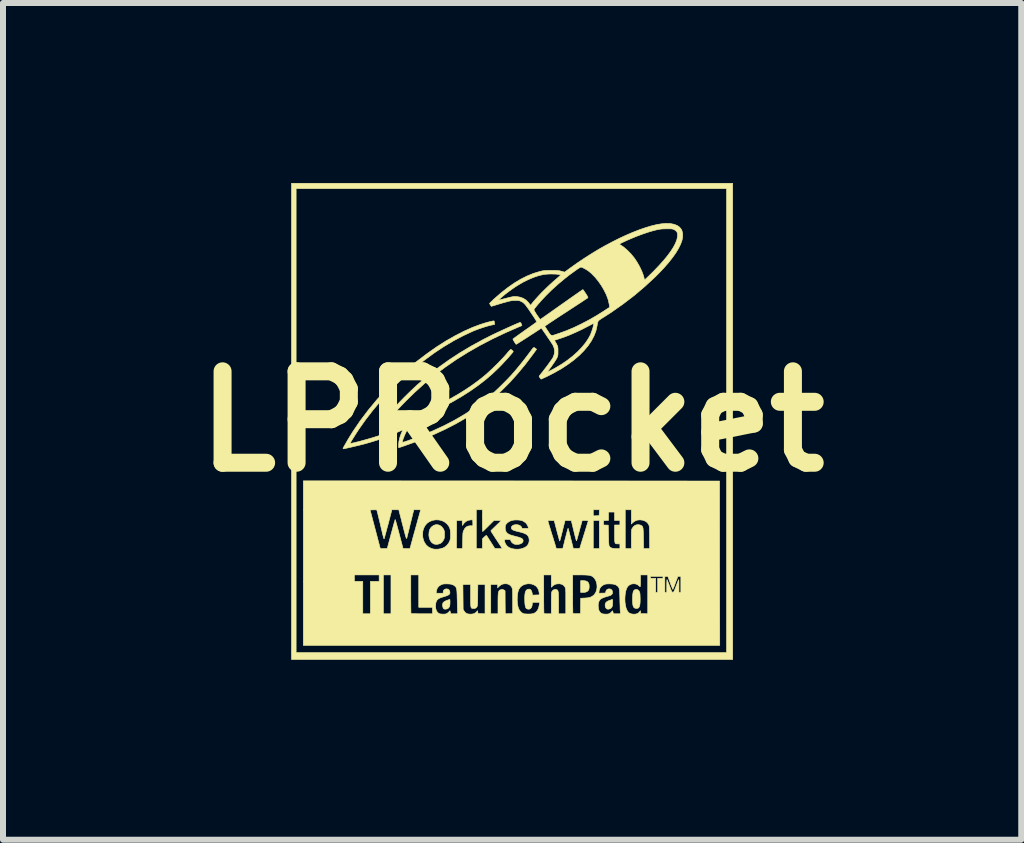
<source format=kicad_pcb>
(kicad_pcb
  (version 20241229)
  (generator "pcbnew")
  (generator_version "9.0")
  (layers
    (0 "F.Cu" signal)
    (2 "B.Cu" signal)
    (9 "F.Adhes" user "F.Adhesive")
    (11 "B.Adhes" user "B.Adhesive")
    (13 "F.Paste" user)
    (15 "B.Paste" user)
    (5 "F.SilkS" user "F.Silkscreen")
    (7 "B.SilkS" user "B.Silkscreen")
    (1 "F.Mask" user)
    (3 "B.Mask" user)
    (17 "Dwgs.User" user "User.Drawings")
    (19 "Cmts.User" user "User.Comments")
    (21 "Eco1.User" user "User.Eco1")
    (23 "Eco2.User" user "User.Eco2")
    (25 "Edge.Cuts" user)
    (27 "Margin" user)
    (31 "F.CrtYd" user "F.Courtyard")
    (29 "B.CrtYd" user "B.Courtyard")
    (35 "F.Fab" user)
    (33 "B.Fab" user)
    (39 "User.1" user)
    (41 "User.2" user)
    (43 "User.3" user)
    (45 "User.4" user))
  (footprint "LPRocket"
    (layer "F.Cu")
    (at 5.486 3.974)
    (property "Reference" "LPRocket" (at 0 0 0) (layer "F.SilkS") (effects (font (size 1.524 1.524) (thickness 0.3))))
    (attr through_hole)
    (fp_poly (pts (xy 3.677 3.969) (xy -3.677 3.969) (xy -3.677 -3.88) (xy -3.6 -3.88) (xy -3.6 3.854) (xy 3.575 3.854) (xy 3.575 -3.88) (xy -3.6 -3.88) (xy -3.677 -3.88) (xy -3.677 -3.969) (xy 3.677 -3.969) (xy 3.677 3.969)) (stroke (width 0.01) (type solid)) (fill yes) (layer "F.SilkS"))
    (fp_poly (pts (xy 1.221 2.658) (xy 1.25 2.668) (xy 1.27 2.687) (xy 1.282 2.715) (xy 1.285 2.752) (xy 1.285 2.753) (xy 1.282 2.79) (xy 1.27 2.818) (xy 1.249 2.837) (xy 1.219 2.848) (xy 1.182 2.851) (xy 1.143 2.851) (xy 1.143 2.654) (xy 1.181 2.654) (xy 1.221 2.658)) (stroke (width 0.01) (type solid)) (fill yes) (layer "F.SilkS"))
    (fp_poly (pts (xy -1.037 2.971) (xy -1.036 2.982) (xy -1.035 3.002) (xy -1.035 3.016) (xy -1.036 3.046) (xy -1.04 3.073) (xy -1.044 3.089) (xy -1.059 3.11) (xy -1.08 3.124) (xy -1.105 3.13) (xy -1.13 3.128) (xy -1.138 3.124) (xy -1.148 3.112) (xy -1.155 3.092) (xy -1.159 3.069) (xy -1.159 3.046) (xy -1.159 3.045) (xy -1.15 3.023) (xy -1.132 3.005) (xy -1.104 2.99) (xy -1.092 2.985) (xy -1.071 2.978) (xy -1.053 2.972) (xy -1.046 2.969) (xy -1.041 2.968) (xy -1.037 2.971)) (stroke (width 0.01) (type solid)) (fill yes) (layer "F.SilkS"))
    (fp_poly (pts (xy 1.674 2.971) (xy 1.676 2.982) (xy 1.676 3.002) (xy 1.676 3.016) (xy 1.675 3.046) (xy 1.672 3.073) (xy 1.667 3.089) (xy 1.654 3.109) (xy 1.633 3.123) (xy 1.61 3.13) (xy 1.587 3.129) (xy 1.569 3.118) (xy 1.569 3.118) (xy 1.557 3.099) (xy 1.551 3.074) (xy 1.552 3.047) (xy 1.552 3.043) (xy 1.563 3.021) (xy 1.583 3.002) (xy 1.615 2.987) (xy 1.62 2.985) (xy 1.641 2.978) (xy 1.658 2.972) (xy 1.665 2.969) (xy 1.671 2.968) (xy 1.674 2.971)) (stroke (width 0.01) (type solid)) (fill yes) (layer "F.SilkS"))
    (fp_poly (pts (xy 2.091 2.805) (xy 2.111 2.82) (xy 2.125 2.844) (xy 2.128 2.853) (xy 2.131 2.87) (xy 2.133 2.895) (xy 2.134 2.927) (xy 2.135 2.961) (xy 2.135 2.965) (xy 2.134 3.016) (xy 2.13 3.055) (xy 2.123 3.083) (xy 2.113 3.102) (xy 2.102 3.112) (xy 2.08 3.118) (xy 2.057 3.116) (xy 2.037 3.108) (xy 2.032 3.104) (xy 2.021 3.086) (xy 2.013 3.06) (xy 2.009 3.023) (xy 2.007 2.976) (xy 2.008 2.94) (xy 2.01 2.895) (xy 2.014 2.862) (xy 2.02 2.838) (xy 2.028 2.821) (xy 2.039 2.81) (xy 2.044 2.807) (xy 2.068 2.801) (xy 2.091 2.805)) (stroke (width 0.01) (type solid)) (fill yes) (layer "F.SilkS"))
    (fp_poly (pts (xy -1.236 1.723) (xy -1.203 1.734) (xy -1.173 1.756) (xy -1.148 1.788) (xy -1.146 1.791) (xy -1.137 1.809) (xy -1.131 1.824) (xy -1.128 1.841) (xy -1.127 1.864) (xy -1.127 1.886) (xy -1.128 1.916) (xy -1.129 1.937) (xy -1.133 1.954) (xy -1.14 1.97) (xy -1.145 1.98) (xy -1.168 2.013) (xy -1.198 2.036) (xy -1.234 2.047) (xy -1.25 2.049) (xy -1.277 2.049) (xy -1.3 2.044) (xy -1.305 2.043) (xy -1.338 2.021) (xy -1.363 1.989) (xy -1.379 1.95) (xy -1.387 1.902) (xy -1.387 1.889) (xy -1.384 1.844) (xy -1.375 1.807) (xy -1.358 1.777) (xy -1.337 1.754) (xy -1.305 1.732) (xy -1.271 1.722) (xy -1.236 1.723)) (stroke (width 0.01) (type solid)) (fill yes) (layer "F.SilkS"))
    (fp_poly (pts (xy -0.014 -1.196) (xy -0.001 -1.187) (xy 0.011 -1.176) (xy 0.018 -1.167) (xy 0.019 -1.165) (xy 0.015 -1.157) (xy 0.003 -1.142) (xy -0.015 -1.12) (xy -0.038 -1.093) (xy -0.065 -1.062) (xy -0.095 -1.029) (xy -0.127 -0.995) (xy -0.158 -0.961) (xy -0.189 -0.929) (xy -0.217 -0.9) (xy -0.219 -0.898) (xy -0.328 -0.794) (xy -0.443 -0.695) (xy -0.565 -0.601) (xy -0.695 -0.509) (xy -0.834 -0.42) (xy -0.983 -0.333) (xy -1.099 -0.27) (xy -1.144 -0.246) (xy -1.186 -0.224) (xy -1.223 -0.205) (xy -1.254 -0.19) (xy -1.278 -0.179) (xy -1.293 -0.173) (xy -1.297 -0.171) (xy -1.301 -0.177) (xy -1.308 -0.19) (xy -1.311 -0.197) (xy -1.318 -0.213) (xy -1.32 -0.223) (xy -1.32 -0.224) (xy -1.314 -0.228) (xy -1.298 -0.236) (xy -1.274 -0.249) (xy -1.244 -0.264) (xy -1.209 -0.282) (xy -1.187 -0.293) (xy -1.043 -0.37) (xy -0.91 -0.446) (xy -0.785 -0.523) (xy -0.668 -0.602) (xy -0.556 -0.684) (xy -0.468 -0.754) (xy -0.43 -0.786) (xy -0.386 -0.826) (xy -0.339 -0.87) (xy -0.289 -0.918) (xy -0.239 -0.967) (xy -0.192 -1.016) (xy -0.148 -1.062) (xy -0.111 -1.103) (xy -0.086 -1.132) (xy -0.065 -1.157) (xy -0.047 -1.177) (xy -0.032 -1.192) (xy -0.024 -1.199) (xy -0.023 -1.2) (xy -0.014 -1.196)) (stroke (width 0.01) (type solid)) (fill yes) (layer "F.SilkS"))
    (fp_poly (pts (xy 0.146 -1.641) (xy 0.154 -1.625) (xy 0.16 -1.609) (xy 0.163 -1.599) (xy 0.163 -1.597) (xy 0.157 -1.594) (xy 0.143 -1.588) (xy 0.127 -1.582) (xy -0.106 -1.48) (xy -0.328 -1.375) (xy -0.539 -1.265) (xy -0.74 -1.15) (xy -0.932 -1.03) (xy -1.116 -0.903) (xy -1.293 -0.77) (xy -1.463 -0.629) (xy -1.627 -0.481) (xy -1.778 -0.333) (xy -1.814 -0.296) (xy -1.85 -0.258) (xy -1.885 -0.221) (xy -1.917 -0.187) (xy -1.943 -0.158) (xy -1.955 -0.144) (xy -1.977 -0.12) (xy -1.996 -0.1) (xy -2.01 -0.085) (xy -2.018 -0.077) (xy -2.019 -0.076) (xy -2.025 -0.08) (xy -2.038 -0.09) (xy -2.044 -0.095) (xy -2.066 -0.113) (xy -1.991 -0.198) (xy -1.95 -0.242) (xy -1.902 -0.293) (xy -1.85 -0.347) (xy -1.794 -0.404) (xy -1.737 -0.46) (xy -1.682 -0.514) (xy -1.63 -0.563) (xy -1.583 -0.607) (xy -1.562 -0.625) (xy -1.395 -0.767) (xy -1.224 -0.901) (xy -1.049 -1.026) (xy -0.867 -1.145) (xy -0.677 -1.258) (xy -0.477 -1.367) (xy -0.362 -1.425) (xy -0.322 -1.445) (xy -0.278 -1.466) (xy -0.229 -1.489) (xy -0.179 -1.512) (xy -0.127 -1.536) (xy -0.077 -1.559) (xy -0.028 -1.581) (xy 0.016 -1.601) (xy 0.056 -1.618) (xy 0.088 -1.632) (xy 0.113 -1.642) (xy 0.127 -1.648) (xy 0.129 -1.648) (xy 0.139 -1.648) (xy 0.146 -1.641)) (stroke (width 0.01) (type solid)) (fill yes) (layer "F.SilkS"))
    (fp_poly (pts (xy -0.301 -1.674) (xy -0.298 -1.666) (xy -0.295 -1.65) (xy -0.294 -1.643) (xy -0.291 -1.616) (xy -0.346 -1.605) (xy -0.383 -1.596) (xy -0.429 -1.583) (xy -0.481 -1.567) (xy -0.534 -1.549) (xy -0.587 -1.53) (xy -0.636 -1.511) (xy -0.657 -1.502) (xy -0.816 -1.428) (xy -0.976 -1.343) (xy -1.136 -1.248) (xy -1.296 -1.142) (xy -1.454 -1.026) (xy -1.61 -0.903) (xy -1.763 -0.772) (xy -1.911 -0.634) (xy -2.054 -0.49) (xy -2.19 -0.341) (xy -2.32 -0.187) (xy -2.441 -0.03) (xy -2.554 0.13) (xy -2.568 0.152) (xy -2.605 0.208) (xy -2.635 0.256) (xy -2.66 0.296) (xy -2.679 0.327) (xy -2.692 0.35) (xy -2.697 0.363) (xy -2.697 0.366) (xy -2.689 0.366) (xy -2.67 0.363) (xy -2.642 0.358) (xy -2.607 0.349) (xy -2.565 0.339) (xy -2.519 0.327) (xy -2.469 0.313) (xy -2.418 0.299) (xy -2.366 0.284) (xy -2.316 0.269) (xy -2.268 0.254) (xy -2.225 0.24) (xy -2.187 0.228) (xy -2.181 0.225) (xy -2.086 0.189) (xy -1.994 0.151) (xy -1.909 0.112) (xy -1.832 0.074) (xy -1.78 0.045) (xy -1.748 0.026) (xy -1.728 0.047) (xy -1.707 0.068) (xy -1.727 0.102) (xy -1.747 0.137) (xy -1.766 0.176) (xy -1.785 0.215) (xy -1.801 0.254) (xy -1.815 0.289) (xy -1.824 0.319) (xy -1.829 0.34) (xy -1.829 0.345) (xy -1.826 0.347) (xy -1.816 0.346) (xy -1.798 0.342) (xy -1.771 0.333) (xy -1.734 0.321) (xy -1.724 0.317) (xy -1.517 0.24) (xy -1.321 0.158) (xy -1.135 0.072) (xy -0.96 -0.019) (xy -0.794 -0.116) (xy -0.636 -0.219) (xy -0.487 -0.328) (xy -0.381 -0.413) (xy -0.341 -0.447) (xy -0.295 -0.489) (xy -0.245 -0.536) (xy -0.193 -0.586) (xy -0.141 -0.638) (xy -0.091 -0.688) (xy -0.044 -0.737) (xy -0.004 -0.78) (xy 0.008 -0.794) (xy 0.051 -0.843) (xy 0.099 -0.901) (xy 0.149 -0.962) (xy 0.199 -1.025) (xy 0.246 -1.086) (xy 0.289 -1.143) (xy 0.302 -1.16) (xy 0.324 -1.19) (xy 0.34 -1.211) (xy 0.352 -1.224) (xy 0.361 -1.23) (xy 0.37 -1.23) (xy 0.38 -1.224) (xy 0.392 -1.214) (xy 0.393 -1.214) (xy 0.408 -1.202) (xy 0.349 -1.121) (xy 0.223 -0.954) (xy 0.094 -0.798) (xy -0.037 -0.652) (xy -0.173 -0.516) (xy -0.313 -0.389) (xy -0.459 -0.27) (xy -0.611 -0.16) (xy -0.771 -0.056) (xy -0.94 0.041) (xy -1.117 0.132) (xy -1.305 0.219) (xy -1.504 0.3) (xy -1.568 0.325) (xy -1.6 0.337) (xy -1.637 0.351) (xy -1.677 0.365) (xy -1.719 0.38) (xy -1.759 0.394) (xy -1.797 0.408) (xy -1.831 0.419) (xy -1.859 0.429) (xy -1.879 0.435) (xy -1.889 0.438) (xy -1.89 0.438) (xy -1.891 0.432) (xy -1.892 0.417) (xy -1.892 0.395) (xy -1.892 0.392) (xy -1.887 0.336) (xy -1.873 0.274) (xy -1.851 0.209) (xy -1.845 0.196) (xy -1.835 0.172) (xy -1.827 0.154) (xy -1.823 0.144) (xy -1.822 0.142) (xy -1.828 0.144) (xy -1.843 0.15) (xy -1.864 0.16) (xy -1.891 0.173) (xy -1.897 0.175) (xy -1.995 0.219) (xy -2.104 0.262) (xy -2.22 0.303) (xy -2.341 0.341) (xy -2.455 0.374) (xy -2.483 0.381) (xy -2.518 0.39) (xy -2.558 0.4) (xy -2.601 0.41) (xy -2.644 0.42) (xy -2.686 0.43) (xy -2.726 0.439) (xy -2.76 0.447) (xy -2.788 0.453) (xy -2.807 0.456) (xy -2.814 0.457) (xy -2.818 0.453) (xy -2.817 0.447) (xy -2.811 0.435) (xy -2.799 0.413) (xy -2.783 0.385) (xy -2.764 0.352) (xy -2.743 0.315) (xy -2.72 0.277) (xy -2.697 0.239) (xy -2.675 0.204) (xy -2.656 0.173) (xy -2.653 0.169) (xy -2.531 -0.011) (xy -2.397 -0.188) (xy -2.253 -0.362) (xy -2.1 -0.53) (xy -1.938 -0.692) (xy -1.77 -0.847) (xy -1.596 -0.994) (xy -1.417 -1.13) (xy -1.25 -1.247) (xy -1.097 -1.344) (xy -0.947 -1.429) (xy -0.802 -1.503) (xy -0.661 -1.566) (xy -0.525 -1.617) (xy -0.489 -1.628) (xy -0.452 -1.64) (xy -0.414 -1.651) (xy -0.379 -1.66) (xy -0.347 -1.667) (xy -0.323 -1.673) (xy -0.306 -1.675) (xy -0.301 -1.674)) (stroke (width 0.01) (type solid)) (fill yes) (layer "F.SilkS"))
    (fp_poly (pts (xy 2.625 -3.299) (xy 2.642 -3.297) (xy 2.701 -3.285) (xy 2.75 -3.266) (xy 2.789 -3.24) (xy 2.818 -3.206) (xy 2.832 -3.177) (xy 2.843 -3.129) (xy 2.843 -3.076) (xy 2.832 -3.017) (xy 2.809 -2.954) (xy 2.775 -2.885) (xy 2.731 -2.811) (xy 2.675 -2.732) (xy 2.609 -2.648) (xy 2.532 -2.56) (xy 2.444 -2.467) (xy 2.383 -2.406) (xy 2.213 -2.249) (xy 2.034 -2.097) (xy 1.844 -1.952) (xy 1.647 -1.814) (xy 1.541 -1.746) (xy 1.504 -1.723) (xy 1.476 -1.705) (xy 1.456 -1.691) (xy 1.442 -1.679) (xy 1.433 -1.666) (xy 1.427 -1.651) (xy 1.423 -1.633) (xy 1.419 -1.609) (xy 1.416 -1.591) (xy 1.397 -1.507) (xy 1.365 -1.424) (xy 1.321 -1.341) (xy 1.266 -1.26) (xy 1.199 -1.18) (xy 1.121 -1.101) (xy 1.032 -1.025) (xy 0.932 -0.951) (xy 0.823 -0.879) (xy 0.703 -0.811) (xy 0.586 -0.751) (xy 0.554 -0.736) (xy 0.525 -0.723) (xy 0.503 -0.713) (xy 0.489 -0.706) (xy 0.484 -0.705) (xy 0.478 -0.71) (xy 0.468 -0.722) (xy 0.465 -0.726) (xy 0.456 -0.74) (xy 0.451 -0.75) (xy 0.451 -0.752) (xy 0.455 -0.759) (xy 0.465 -0.772) (xy 0.479 -0.79) (xy 0.497 -0.812) (xy 0.509 -0.826) (xy 0.588 -0.826) (xy 0.59 -0.825) (xy 0.601 -0.829) (xy 0.62 -0.838) (xy 0.646 -0.85) (xy 0.677 -0.867) (xy 0.712 -0.885) (xy 0.727 -0.894) (xy 0.829 -0.955) (xy 0.925 -1.021) (xy 1.013 -1.09) (xy 1.093 -1.162) (xy 1.163 -1.235) (xy 1.224 -1.309) (xy 1.273 -1.383) (xy 1.305 -1.442) (xy 1.317 -1.473) (xy 1.329 -1.505) (xy 1.34 -1.538) (xy 1.349 -1.569) (xy 1.355 -1.596) (xy 1.359 -1.617) (xy 1.358 -1.629) (xy 1.356 -1.632) (xy 1.349 -1.629) (xy 1.333 -1.621) (xy 1.311 -1.61) (xy 1.283 -1.595) (xy 1.269 -1.588) (xy 1.161 -1.532) (xy 1.054 -1.482) (xy 0.95 -1.437) (xy 0.851 -1.399) (xy 0.77 -1.372) (xy 0.704 -1.351) (xy 0.718 -1.331) (xy 0.728 -1.314) (xy 0.74 -1.292) (xy 0.748 -1.276) (xy 0.756 -1.26) (xy 0.761 -1.245) (xy 0.763 -1.228) (xy 0.765 -1.205) (xy 0.765 -1.174) (xy 0.765 -1.168) (xy 0.765 -1.136) (xy 0.764 -1.113) (xy 0.761 -1.095) (xy 0.757 -1.079) (xy 0.749 -1.062) (xy 0.745 -1.053) (xy 0.735 -1.035) (xy 0.719 -1.01) (xy 0.698 -0.978) (xy 0.674 -0.943) (xy 0.649 -0.907) (xy 0.623 -0.872) (xy 0.599 -0.839) (xy 0.588 -0.826) (xy 0.509 -0.826) (xy 0.52 -0.841) (xy 0.545 -0.874) (xy 0.572 -0.909) (xy 0.599 -0.945) (xy 0.624 -0.98) (xy 0.647 -1.012) (xy 0.666 -1.039) (xy 0.679 -1.06) (xy 0.686 -1.072) (xy 0.703 -1.122) (xy 0.708 -1.172) (xy 0.701 -1.221) (xy 0.682 -1.268) (xy 0.681 -1.27) (xy 0.673 -1.284) (xy 0.658 -1.307) (xy 0.639 -1.336) (xy 0.616 -1.37) (xy 0.591 -1.406) (xy 0.576 -1.429) (xy 0.488 -1.556) (xy 0.471 -1.544) (xy 0.457 -1.534) (xy 0.434 -1.519) (xy 0.406 -1.501) (xy 0.372 -1.478) (xy 0.334 -1.454) (xy 0.295 -1.429) (xy 0.254 -1.402) (xy 0.215 -1.377) (xy 0.177 -1.353) (xy 0.142 -1.331) (xy 0.113 -1.312) (xy 0.09 -1.297) (xy 0.074 -1.288) (xy 0.067 -1.284) (xy 0.067 -1.284) (xy 0.056 -1.299) (xy 0.043 -1.318) (xy 0.031 -1.338) (xy 0.021 -1.356) (xy 0.015 -1.368) (xy 0.014 -1.372) (xy 0.019 -1.376) (xy 0.034 -1.388) (xy 0.057 -1.405) (xy 0.087 -1.426) (xy 0.122 -1.452) (xy 0.162 -1.48) (xy 0.205 -1.511) (xy 0.206 -1.512) (xy 0.25 -1.542) (xy 0.291 -1.571) (xy 0.327 -1.597) (xy 0.358 -1.619) (xy 0.383 -1.637) (xy 0.399 -1.649) (xy 0.406 -1.654) (xy 0.408 -1.658) (xy 0.407 -1.665) (xy 0.402 -1.676) (xy 0.394 -1.691) (xy 0.38 -1.713) (xy 0.361 -1.743) (xy 0.335 -1.781) (xy 0.324 -1.798) (xy 0.291 -1.847) (xy 0.281 -1.862) (xy 0.364 -1.862) (xy 0.366 -1.854) (xy 0.374 -1.839) (xy 0.386 -1.818) (xy 0.401 -1.793) (xy 0.418 -1.768) (xy 0.435 -1.744) (xy 0.45 -1.723) (xy 0.462 -1.708) (xy 0.47 -1.7) (xy 0.472 -1.7) (xy 0.478 -1.704) (xy 0.493 -1.715) (xy 0.517 -1.732) (xy 0.549 -1.754) (xy 0.588 -1.782) (xy 0.633 -1.813) (xy 0.683 -1.849) (xy 0.737 -1.887) (xy 0.795 -1.928) (xy 0.826 -1.95) (xy 0.886 -1.992) (xy 0.942 -2.032) (xy 0.994 -2.068) (xy 1.042 -2.102) (xy 1.084 -2.131) (xy 1.119 -2.156) (xy 1.147 -2.175) (xy 1.167 -2.189) (xy 1.178 -2.196) (xy 1.18 -2.197) (xy 1.185 -2.192) (xy 1.195 -2.178) (xy 1.209 -2.158) (xy 1.226 -2.133) (xy 1.227 -2.132) (xy 1.245 -2.103) (xy 1.257 -2.083) (xy 1.263 -2.07) (xy 1.263 -2.062) (xy 1.262 -2.06) (xy 1.255 -2.055) (xy 1.239 -2.044) (xy 1.214 -2.028) (xy 1.181 -2.006) (xy 1.141 -1.979) (xy 1.094 -1.949) (xy 1.043 -1.915) (xy 0.987 -1.879) (xy 0.928 -1.84) (xy 0.9 -1.822) (xy 0.84 -1.783) (xy 0.783 -1.746) (xy 0.73 -1.711) (xy 0.682 -1.679) (xy 0.639 -1.651) (xy 0.604 -1.627) (xy 0.576 -1.608) (xy 0.557 -1.595) (xy 0.547 -1.588) (xy 0.546 -1.586) (xy 0.549 -1.579) (xy 0.559 -1.564) (xy 0.573 -1.542) (xy 0.59 -1.515) (xy 0.598 -1.504) (xy 0.615 -1.478) (xy 0.628 -1.459) (xy 0.639 -1.445) (xy 0.651 -1.437) (xy 0.664 -1.434) (xy 0.682 -1.435) (xy 0.705 -1.441) (xy 0.736 -1.452) (xy 0.777 -1.465) (xy 0.791 -1.47) (xy 0.909 -1.513) (xy 1.032 -1.565) (xy 1.16 -1.627) (xy 1.29 -1.695) (xy 1.421 -1.771) (xy 1.54 -1.846) (xy 1.568 -1.865) (xy 1.593 -1.881) (xy 1.612 -1.893) (xy 1.623 -1.901) (xy 1.625 -1.902) (xy 1.625 -1.91) (xy 1.623 -1.927) (xy 1.619 -1.95) (xy 1.613 -1.978) (xy 1.607 -2.006) (xy 1.6 -2.032) (xy 1.596 -2.045) (xy 1.568 -2.118) (xy 1.53 -2.193) (xy 1.486 -2.268) (xy 1.436 -2.339) (xy 1.382 -2.405) (xy 1.326 -2.462) (xy 1.28 -2.501) (xy 1.257 -2.518) (xy 1.23 -2.534) (xy 1.203 -2.549) (xy 1.177 -2.562) (xy 1.157 -2.57) (xy 1.147 -2.572) (xy 1.137 -2.568) (xy 1.119 -2.557) (xy 1.093 -2.541) (xy 1.062 -2.519) (xy 1.026 -2.493) (xy 0.986 -2.464) (xy 0.945 -2.434) (xy 0.904 -2.401) (xy 0.888 -2.389) (xy 0.77 -2.291) (xy 0.658 -2.19) (xy 0.565 -2.098) (xy 0.534 -2.065) (xy 0.502 -2.031) (xy 0.47 -1.995) (xy 0.44 -1.961) (xy 0.413 -1.929) (xy 0.391 -1.902) (xy 0.374 -1.88) (xy 0.365 -1.865) (xy 0.364 -1.862) (xy 0.281 -1.862) (xy 0.264 -1.886) (xy 0.241 -1.917) (xy 0.223 -1.942) (xy 0.206 -1.96) (xy 0.191 -1.974) (xy 0.177 -1.985) (xy 0.162 -1.994) (xy 0.152 -1.999) (xy 0.134 -2.007) (xy 0.118 -2.012) (xy 0.1 -2.015) (xy 0.075 -2.016) (xy 0.054 -2.016) (xy 0.028 -2.015) (xy 0.005 -2.014) (xy -0.017 -2.01) (xy -0.044 -2.005) (xy -0.076 -1.997) (xy -0.114 -1.986) (xy -0.155 -1.975) (xy -0.196 -1.963) (xy -0.235 -1.951) (xy -0.268 -1.941) (xy -0.28 -1.937) (xy -0.306 -1.929) (xy -0.327 -1.923) (xy -0.341 -1.919) (xy -0.345 -1.918) (xy -0.35 -1.923) (xy -0.358 -1.935) (xy -0.367 -1.949) (xy -0.373 -1.961) (xy -0.375 -1.966) (xy -0.37 -1.972) (xy -0.358 -1.985) (xy -0.339 -2.004) (xy -0.318 -2.023) (xy -0.224 -2.023) (xy -0.222 -2.021) (xy -0.216 -2.022) (xy -0.205 -2.025) (xy -0.184 -2.031) (xy -0.155 -2.038) (xy -0.121 -2.047) (xy -0.089 -2.055) (xy -0.048 -2.066) (xy -0.016 -2.073) (xy 0.008 -2.078) (xy 0.028 -2.081) (xy 0.047 -2.082) (xy 0.066 -2.081) (xy 0.073 -2.081) (xy 0.133 -2.071) (xy 0.187 -2.051) (xy 0.235 -2.02) (xy 0.276 -1.977) (xy 0.282 -1.969) (xy 0.308 -1.935) (xy 0.327 -1.959) (xy 0.338 -1.974) (xy 0.356 -1.995) (xy 0.377 -2.02) (xy 0.4 -2.046) (xy 0.401 -2.047) (xy 0.437 -2.087) (xy 0.48 -2.133) (xy 0.529 -2.182) (xy 0.581 -2.233) (xy 0.634 -2.283) (xy 0.685 -2.329) (xy 0.729 -2.367) (xy 0.756 -2.39) (xy 0.778 -2.41) (xy 0.796 -2.427) (xy 0.806 -2.437) (xy 0.808 -2.441) (xy 0.791 -2.447) (xy 0.765 -2.451) (xy 0.73 -2.455) (xy 0.691 -2.456) (xy 0.648 -2.457) (xy 0.605 -2.456) (xy 0.565 -2.453) (xy 0.529 -2.449) (xy 0.523 -2.448) (xy 0.445 -2.43) (xy 0.361 -2.402) (xy 0.273 -2.365) (xy 0.184 -2.321) (xy 0.095 -2.269) (xy 0.051 -2.241) (xy -0.002 -2.204) (xy -0.057 -2.164) (xy -0.11 -2.124) (xy -0.157 -2.085) (xy -0.197 -2.05) (xy -0.203 -2.045) (xy -0.218 -2.031) (xy -0.224 -2.023) (xy -0.318 -2.023) (xy -0.315 -2.026) (xy -0.292 -2.048) (xy -0.18 -2.145) (xy -0.07 -2.231) (xy 0.037 -2.306) (xy 0.142 -2.369) (xy 0.247 -2.422) (xy 0.351 -2.465) (xy 0.456 -2.497) (xy 0.476 -2.502) (xy 0.501 -2.508) (xy 0.524 -2.512) (xy 0.548 -2.515) (xy 0.577 -2.516) (xy 0.613 -2.517) (xy 0.651 -2.517) (xy 0.694 -2.517) (xy 0.728 -2.517) (xy 0.754 -2.515) (xy 0.776 -2.513) (xy 0.797 -2.509) (xy 0.819 -2.504) (xy 0.821 -2.503) (xy 0.876 -2.488) (xy 0.973 -2.559) (xy 1.088 -2.641) (xy 1.204 -2.719) (xy 1.322 -2.794) (xy 1.44 -2.866) (xy 1.558 -2.933) (xy 1.597 -2.953) (xy 1.791 -2.953) (xy 1.794 -2.95) (xy 1.858 -2.907) (xy 1.921 -2.853) (xy 1.981 -2.792) (xy 2.036 -2.725) (xy 2.046 -2.711) (xy 2.079 -2.661) (xy 2.111 -2.607) (xy 2.14 -2.551) (xy 2.165 -2.496) (xy 2.184 -2.445) (xy 2.198 -2.4) (xy 2.2 -2.386) (xy 2.205 -2.371) (xy 2.21 -2.363) (xy 2.212 -2.362) (xy 2.218 -2.367) (xy 2.232 -2.379) (xy 2.252 -2.398) (xy 2.278 -2.423) (xy 2.308 -2.453) (xy 2.342 -2.486) (xy 2.359 -2.503) (xy 2.448 -2.596) (xy 2.526 -2.682) (xy 2.592 -2.763) (xy 2.647 -2.838) (xy 2.691 -2.907) (xy 2.724 -2.971) (xy 2.746 -3.028) (xy 2.757 -3.081) (xy 2.758 -3.104) (xy 2.756 -3.135) (xy 2.746 -3.159) (xy 2.728 -3.179) (xy 2.705 -3.194) (xy 2.693 -3.2) (xy 2.682 -3.204) (xy 2.67 -3.207) (xy 2.652 -3.209) (xy 2.629 -3.21) (xy 2.595 -3.21) (xy 2.578 -3.21) (xy 2.536 -3.209) (xy 2.503 -3.208) (xy 2.475 -3.205) (xy 2.447 -3.201) (xy 2.416 -3.194) (xy 2.404 -3.192) (xy 2.296 -3.163) (xy 2.182 -3.125) (xy 2.059 -3.079) (xy 1.929 -3.024) (xy 1.883 -3.003) (xy 1.847 -2.986) (xy 1.82 -2.973) (xy 1.803 -2.964) (xy 1.794 -2.957) (xy 1.791 -2.953) (xy 1.597 -2.953) (xy 1.676 -2.995) (xy 1.791 -3.053) (xy 1.904 -3.105) (xy 2.014 -3.152) (xy 2.119 -3.193) (xy 2.22 -3.228) (xy 2.315 -3.257) (xy 2.404 -3.279) (xy 2.486 -3.293) (xy 2.56 -3.3) (xy 2.625 -3.299)) (stroke (width 0.01) (type solid)) (fill yes) (layer "F.SilkS"))
    (fp_poly (pts (xy -0.011 0.992) (xy 3.458 0.994) (xy 3.459 2.364) (xy 3.461 3.734) (xy -3.48 3.734) (xy -3.48 2.559) (xy -2.629 2.559) (xy -2.629 2.667) (xy -2.489 2.667) (xy -2.489 3.207) (xy -2.362 3.207) (xy -2.362 2.667) (xy -2.216 2.667) (xy -2.216 2.559) (xy -2.146 2.559) (xy -2.146 3.207) (xy -2.019 3.207) (xy -2.019 2.559) (xy -1.689 2.559) (xy -1.689 2.879) (xy -1.689 2.941) (xy -1.689 3) (xy -1.688 3.053) (xy -1.688 3.101) (xy -1.687 3.14) (xy -1.687 3.171) (xy -1.686 3.192) (xy -1.685 3.202) (xy -1.685 3.203) (xy -1.678 3.204) (xy -1.659 3.205) (xy -1.632 3.205) (xy -1.596 3.206) (xy -1.555 3.207) (xy -1.509 3.207) (xy -1.504 3.207) (xy -1.327 3.207) (xy -1.327 3.099) (xy -1.556 3.099) (xy -1.556 3.071) (xy -1.276 3.071) (xy -1.273 3.119) (xy -1.261 3.157) (xy -1.242 3.185) (xy -1.218 3.203) (xy -1.198 3.209) (xy -1.17 3.212) (xy -1.14 3.213) (xy -1.112 3.211) (xy -1.095 3.206) (xy -1.08 3.198) (xy -1.062 3.184) (xy -1.056 3.178) (xy -1.036 3.156) (xy -1.022 3.207) (xy -0.961 3.207) (xy -0.933 3.207) (xy -0.916 3.206) (xy -0.907 3.204) (xy -0.904 3.2) (xy -0.906 3.196) (xy -0.907 3.187) (xy -0.909 3.167) (xy -0.91 3.137) (xy -0.912 3.1) (xy -0.913 3.057) (xy -0.914 3.01) (xy -0.914 2.994) (xy -0.916 2.935) (xy -0.917 2.888) (xy -0.919 2.85) (xy -0.921 2.82) (xy -0.924 2.798) (xy -0.928 2.781) (xy -0.934 2.768) (xy -0.941 2.757) (xy -0.951 2.748) (xy -0.958 2.742) (xy -0.979 2.727) (xy -1.002 2.718) (xy -0.82 2.718) (xy -0.818 2.926) (xy -0.816 3.134) (xy -0.8 3.161) (xy -0.781 3.186) (xy -0.757 3.203) (xy -0.726 3.211) (xy -0.697 3.213) (xy -0.671 3.212) (xy -0.648 3.208) (xy -0.633 3.204) (xy -0.615 3.194) (xy -0.597 3.179) (xy -0.594 3.175) (xy -0.575 3.155) (xy -0.572 3.179) (xy -0.568 3.204) (xy -0.51 3.205) (xy -0.451 3.207) (xy -0.451 2.718) (xy -0.356 2.718) (xy -0.356 3.207) (xy -0.235 3.207) (xy -0.235 3.035) (xy -0.235 2.979) (xy -0.234 2.933) (xy -0.233 2.898) (xy -0.231 2.871) (xy -0.228 2.85) (xy -0.223 2.836) (xy -0.218 2.825) (xy -0.21 2.817) (xy -0.202 2.811) (xy -0.18 2.802) (xy -0.155 2.802) (xy -0.133 2.812) (xy -0.132 2.812) (xy -0.117 2.825) (xy -0.116 3.016) (xy -0.114 3.207) (xy -0.052 3.205) (xy 0.01 3.204) (xy 0.01 3) (xy 0.01 2.978) (xy 0.085 2.978) (xy 0.089 3.035) (xy 0.098 3.087) (xy 0.106 3.114) (xy 0.12 3.143) (xy 0.141 3.17) (xy 0.166 3.192) (xy 0.191 3.205) (xy 0.207 3.208) (xy 0.233 3.21) (xy 0.265 3.211) (xy 0.279 3.211) (xy 0.312 3.21) (xy 0.336 3.207) (xy 0.354 3.203) (xy 0.37 3.197) (xy 0.373 3.195) (xy 0.403 3.174) (xy 0.426 3.145) (xy 0.443 3.106) (xy 0.453 3.057) (xy 0.455 3.05) (xy 0.459 3.016) (xy 0.337 3.016) (xy 0.337 3.037) (xy 0.333 3.072) (xy 0.323 3.1) (xy 0.307 3.12) (xy 0.287 3.13) (xy 0.279 3.131) (xy 0.258 3.128) (xy 0.241 3.121) (xy 0.229 3.107) (xy 0.221 3.085) (xy 0.215 3.054) (xy 0.212 3.013) (xy 0.211 2.987) (xy 0.21 2.932) (xy 0.213 2.888) (xy 0.218 2.855) (xy 0.227 2.829) (xy 0.239 2.812) (xy 0.256 2.801) (xy 0.265 2.798) (xy 0.289 2.796) (xy 0.309 2.805) (xy 0.324 2.825) (xy 0.333 2.856) (xy 0.335 2.864) (xy 0.338 2.896) (xy 0.396 2.894) (xy 0.454 2.892) (xy 0.452 2.861) (xy 0.443 2.815) (xy 0.425 2.776) (xy 0.397 2.745) (xy 0.361 2.723) (xy 0.318 2.709) (xy 0.269 2.706) (xy 0.26 2.707) (xy 0.212 2.716) (xy 0.17 2.735) (xy 0.137 2.763) (xy 0.113 2.799) (xy 0.105 2.818) (xy 0.093 2.865) (xy 0.087 2.92) (xy 0.085 2.978) (xy 0.01 2.978) (xy 0.009 2.944) (xy 0.009 2.899) (xy 0.009 2.863) (xy 0.008 2.836) (xy 0.007 2.815) (xy 0.006 2.8) (xy 0.004 2.789) (xy 0.001 2.779) (xy -0.003 2.771) (xy -0.004 2.768) (xy -0.023 2.74) (xy -0.05 2.72) (xy -0.083 2.708) (xy -0.118 2.706) (xy -0.154 2.711) (xy -0.187 2.726) (xy -0.214 2.747) (xy -0.241 2.775) (xy -0.241 2.718) (xy -0.356 2.718) (xy -0.451 2.718) (xy -0.571 2.718) (xy -0.573 2.894) (xy -0.573 2.947) (xy -0.574 2.989) (xy -0.575 3.021) (xy -0.576 3.046) (xy -0.578 3.063) (xy -0.58 3.076) (xy -0.583 3.085) (xy -0.586 3.09) (xy -0.6 3.108) (xy -0.619 3.117) (xy -0.647 3.119) (xy -0.648 3.119) (xy -0.66 3.118) (xy -0.669 3.116) (xy -0.677 3.111) (xy -0.682 3.103) (xy -0.687 3.089) (xy -0.689 3.069) (xy -0.691 3.041) (xy -0.692 3.004) (xy -0.692 2.956) (xy -0.692 2.904) (xy -0.692 2.718) (xy -0.82 2.718) (xy -1.002 2.718) (xy -1.004 2.717) (xy -1.035 2.711) (xy -1.074 2.709) (xy -1.089 2.708) (xy -1.12 2.709) (xy -1.142 2.71) (xy -1.159 2.714) (xy -1.176 2.72) (xy -1.189 2.726) (xy -1.222 2.749) (xy -1.246 2.778) (xy -1.259 2.816) (xy -1.262 2.831) (xy -1.265 2.864) (xy -1.149 2.864) (xy -1.149 2.843) (xy -1.144 2.819) (xy -1.128 2.802) (xy -1.105 2.793) (xy -1.091 2.792) (xy -1.065 2.797) (xy -1.048 2.812) (xy -1.038 2.837) (xy -1.037 2.843) (xy -1.037 2.862) (xy -1.042 2.877) (xy -1.055 2.89) (xy -1.076 2.901) (xy -1.108 2.913) (xy -1.133 2.921) (xy -1.164 2.93) (xy -1.193 2.94) (xy -1.215 2.95) (xy -1.226 2.956) (xy -1.252 2.98) (xy -1.268 3.013) (xy -1.276 3.055) (xy -1.276 3.071) (xy -1.556 3.071) (xy -1.556 2.559) (xy 0.527 2.559) (xy 0.527 2.879) (xy 0.527 2.941) (xy 0.527 3) (xy 0.528 3.053) (xy 0.528 3.101) (xy 0.529 3.14) (xy 0.53 3.171) (xy 0.53 3.192) (xy 0.531 3.202) (xy 0.531 3.203) (xy 0.539 3.204) (xy 0.557 3.206) (xy 0.581 3.207) (xy 0.595 3.207) (xy 0.654 3.207) (xy 0.654 3.031) (xy 0.654 2.978) (xy 0.655 2.935) (xy 0.655 2.902) (xy 0.656 2.877) (xy 0.658 2.859) (xy 0.66 2.846) (xy 0.663 2.837) (xy 0.664 2.836) (xy 0.68 2.815) (xy 0.702 2.803) (xy 0.728 2.8) (xy 0.749 2.807) (xy 0.756 2.812) (xy 0.762 2.82) (xy 0.766 2.832) (xy 0.77 2.849) (xy 0.772 2.873) (xy 0.773 2.905) (xy 0.774 2.947) (xy 0.775 2.999) (xy 0.775 3.03) (xy 0.775 3.207) (xy 0.895 3.207) (xy 0.895 2.999) (xy 0.895 2.942) (xy 0.895 2.896) (xy 0.895 2.86) (xy 0.894 2.832) (xy 0.893 2.812) (xy 0.892 2.796) (xy 0.89 2.784) (xy 0.887 2.775) (xy 0.884 2.767) (xy 0.882 2.764) (xy 0.862 2.736) (xy 0.833 2.717) (xy 0.796 2.707) (xy 0.792 2.707) (xy 0.748 2.708) (xy 0.709 2.72) (xy 0.679 2.741) (xy 0.654 2.764) (xy 0.654 2.559) (xy 1.01 2.559) (xy 1.01 2.879) (xy 1.01 2.941) (xy 1.01 3) (xy 1.01 3.053) (xy 1.011 3.101) (xy 1.012 3.14) (xy 1.012 3.171) (xy 1.013 3.192) (xy 1.014 3.202) (xy 1.014 3.203) (xy 1.022 3.204) (xy 1.04 3.205) (xy 1.064 3.206) (xy 1.079 3.205) (xy 1.14 3.204) (xy 1.142 3.076) (xy 1.142 3.071) (xy 1.435 3.071) (xy 1.439 3.119) (xy 1.45 3.157) (xy 1.469 3.185) (xy 1.494 3.203) (xy 1.514 3.209) (xy 1.542 3.212) (xy 1.572 3.213) (xy 1.599 3.211) (xy 1.617 3.206) (xy 1.632 3.198) (xy 1.649 3.184) (xy 1.654 3.178) (xy 1.675 3.157) (xy 1.682 3.182) (xy 1.69 3.207) (xy 1.75 3.207) (xy 1.778 3.207) (xy 1.796 3.206) (xy 1.805 3.204) (xy 1.807 3.2) (xy 1.806 3.196) (xy 1.805 3.187) (xy 1.803 3.167) (xy 1.801 3.137) (xy 1.8 3.1) (xy 1.799 3.057) (xy 1.797 3.01) (xy 1.797 2.994) (xy 1.796 2.954) (xy 1.88 2.954) (xy 1.882 3.011) (xy 1.889 3.064) (xy 1.9 3.111) (xy 1.916 3.15) (xy 1.936 3.179) (xy 1.954 3.195) (xy 1.985 3.208) (xy 2.022 3.214) (xy 2.059 3.212) (xy 2.091 3.203) (xy 2.095 3.201) (xy 2.107 3.192) (xy 2.121 3.178) (xy 2.123 3.175) (xy 2.139 3.156) (xy 2.141 3.18) (xy 2.143 3.204) (xy 2.202 3.205) (xy 2.261 3.207) (xy 2.261 2.584) (xy 2.305 2.584) (xy 2.305 2.6) (xy 2.306 2.609) (xy 2.31 2.613) (xy 2.319 2.616) (xy 2.338 2.616) (xy 2.349 2.616) (xy 2.394 2.616) (xy 2.394 2.851) (xy 2.426 2.851) (xy 2.426 2.616) (xy 2.47 2.616) (xy 2.493 2.616) (xy 2.507 2.615) (xy 2.513 2.611) (xy 2.515 2.605) (xy 2.515 2.6) (xy 2.515 2.584) (xy 2.546 2.584) (xy 2.546 2.851) (xy 2.578 2.851) (xy 2.578 2.742) (xy 2.578 2.707) (xy 2.579 2.677) (xy 2.58 2.654) (xy 2.581 2.64) (xy 2.582 2.637) (xy 2.585 2.643) (xy 2.592 2.66) (xy 2.602 2.685) (xy 2.614 2.715) (xy 2.625 2.744) (xy 2.639 2.782) (xy 2.65 2.809) (xy 2.658 2.828) (xy 2.665 2.839) (xy 2.67 2.845) (xy 2.676 2.848) (xy 2.68 2.848) (xy 2.686 2.847) (xy 2.691 2.844) (xy 2.697 2.835) (xy 2.704 2.821) (xy 2.713 2.8) (xy 2.725 2.768) (xy 2.734 2.745) (xy 2.747 2.711) (xy 2.758 2.681) (xy 2.768 2.658) (xy 2.774 2.643) (xy 2.777 2.638) (xy 2.778 2.642) (xy 2.78 2.657) (xy 2.781 2.681) (xy 2.781 2.712) (xy 2.781 2.742) (xy 2.781 2.851) (xy 2.813 2.851) (xy 2.813 2.584) (xy 2.763 2.584) (xy 2.745 2.634) (xy 2.733 2.663) (xy 2.72 2.698) (xy 2.708 2.733) (xy 2.704 2.742) (xy 2.695 2.766) (xy 2.687 2.786) (xy 2.681 2.798) (xy 2.68 2.8) (xy 2.676 2.795) (xy 2.67 2.779) (xy 2.66 2.755) (xy 2.648 2.725) (xy 2.636 2.692) (xy 2.596 2.584) (xy 2.546 2.584) (xy 2.515 2.584) (xy 2.305 2.584) (xy 2.261 2.584) (xy 2.261 2.559) (xy 2.14 2.559) (xy 2.14 2.657) (xy 2.14 2.691) (xy 2.139 2.72) (xy 2.137 2.742) (xy 2.136 2.754) (xy 2.135 2.756) (xy 2.127 2.752) (xy 2.117 2.742) (xy 2.09 2.721) (xy 2.058 2.709) (xy 2.022 2.706) (xy 1.987 2.712) (xy 1.955 2.728) (xy 1.936 2.743) (xy 1.919 2.765) (xy 1.906 2.791) (xy 1.896 2.825) (xy 1.888 2.867) (xy 1.884 2.894) (xy 1.88 2.954) (xy 1.796 2.954) (xy 1.796 2.935) (xy 1.794 2.888) (xy 1.793 2.85) (xy 1.79 2.82) (xy 1.787 2.798) (xy 1.783 2.781) (xy 1.777 2.768) (xy 1.77 2.757) (xy 1.761 2.748) (xy 1.754 2.742) (xy 1.732 2.727) (xy 1.707 2.717) (xy 1.677 2.711) (xy 1.637 2.709) (xy 1.622 2.708) (xy 1.592 2.709) (xy 1.57 2.71) (xy 1.552 2.714) (xy 1.536 2.72) (xy 1.522 2.726) (xy 1.489 2.749) (xy 1.466 2.778) (xy 1.452 2.816) (xy 1.45 2.832) (xy 1.446 2.864) (xy 1.559 2.861) (xy 1.561 2.841) (xy 1.569 2.817) (xy 1.586 2.8) (xy 1.611 2.792) (xy 1.62 2.792) (xy 1.646 2.797) (xy 1.664 2.812) (xy 1.673 2.837) (xy 1.674 2.843) (xy 1.673 2.867) (xy 1.662 2.885) (xy 1.641 2.9) (xy 1.609 2.911) (xy 1.563 2.924) (xy 1.527 2.936) (xy 1.5 2.948) (xy 1.48 2.959) (xy 1.466 2.972) (xy 1.454 2.988) (xy 1.449 2.999) (xy 1.44 3.024) (xy 1.436 3.053) (xy 1.435 3.071) (xy 1.142 3.071) (xy 1.143 2.948) (xy 1.211 2.945) (xy 1.26 2.941) (xy 1.299 2.933) (xy 1.33 2.919) (xy 1.357 2.9) (xy 1.371 2.886) (xy 1.394 2.852) (xy 1.409 2.811) (xy 1.416 2.767) (xy 1.414 2.721) (xy 1.405 2.677) (xy 1.387 2.637) (xy 1.363 2.605) (xy 1.359 2.601) (xy 1.343 2.588) (xy 1.326 2.578) (xy 1.306 2.57) (xy 1.281 2.565) (xy 1.25 2.562) (xy 1.21 2.56) (xy 1.16 2.559) (xy 1.139 2.559) (xy 1.01 2.559) (xy 0.654 2.559) (xy 0.527 2.559) (xy -1.556 2.559) (xy -1.689 2.559) (xy -2.019 2.559) (xy -2.146 2.559) (xy -2.216 2.559) (xy -2.629 2.559) (xy -3.48 2.559) (xy -3.48 1.476) (xy -2.367 1.476) (xy -2.289 1.772) (xy -2.273 1.832) (xy -2.258 1.889) (xy -2.244 1.942) (xy -2.232 1.989) (xy -2.221 2.029) (xy -2.213 2.061) (xy -2.207 2.083) (xy -2.204 2.094) (xy -2.196 2.121) (xy -2.139 2.12) (xy -2.081 2.118) (xy -2.017 1.878) (xy -2.002 1.825) (xy -1.989 1.776) (xy -1.977 1.732) (xy -1.967 1.695) (xy -1.958 1.666) (xy -1.952 1.646) (xy -1.949 1.636) (xy -1.949 1.636) (xy -1.947 1.641) (xy -1.941 1.657) (xy -1.934 1.683) (xy -1.924 1.717) (xy -1.913 1.759) (xy -1.9 1.806) (xy -1.886 1.858) (xy -1.882 1.875) (xy -1.818 2.118) (xy -1.76 2.12) (xy -1.735 2.12) (xy -1.715 2.12) (xy -1.703 2.119) (xy -1.702 2.118) (xy -1.7 2.112) (xy -1.696 2.095) (xy -1.688 2.068) (xy -1.679 2.033) (xy -1.667 1.992) (xy -1.655 1.945) (xy -1.641 1.895) (xy -1.636 1.877) (xy -1.492 1.877) (xy -1.489 1.93) (xy -1.476 1.982) (xy -1.459 2.021) (xy -1.43 2.062) (xy -1.393 2.094) (xy -1.347 2.117) (xy -1.314 2.127) (xy -1.279 2.131) (xy -1.238 2.13) (xy -1.197 2.124) (xy -1.184 2.121) (xy -0.927 2.121) (xy -0.827 2.121) (xy -0.824 1.986) (xy -0.823 1.94) (xy -0.822 1.905) (xy -0.821 1.879) (xy -0.819 1.86) (xy -0.816 1.845) (xy -0.813 1.832) (xy -0.808 1.821) (xy -0.807 1.819) (xy -0.788 1.784) (xy -0.764 1.76) (xy -0.736 1.746) (xy -0.699 1.74) (xy -0.689 1.74) (xy -0.654 1.74) (xy -0.655 1.691) (xy -0.657 1.641) (xy -0.691 1.642) (xy -0.732 1.65) (xy -0.77 1.668) (xy -0.802 1.698) (xy -0.806 1.704) (xy -0.829 1.734) (xy -0.831 1.692) (xy -0.832 1.65) (xy -0.924 1.654) (xy -0.926 1.888) (xy -0.927 2.121) (xy -1.184 2.121) (xy -1.16 2.115) (xy -1.158 2.114) (xy -1.119 2.093) (xy -1.083 2.062) (xy -1.055 2.025) (xy -1.041 1.997) (xy -1.034 1.978) (xy -1.03 1.959) (xy -1.027 1.937) (xy -1.026 1.909) (xy -1.026 1.886) (xy -1.028 1.838) (xy -1.033 1.799) (xy -1.044 1.766) (xy -1.061 1.738) (xy -1.085 1.709) (xy -1.089 1.705) (xy -1.129 1.674) (xy -1.175 1.653) (xy -1.225 1.642) (xy -1.277 1.641) (xy -1.33 1.651) (xy -1.38 1.672) (xy -1.418 1.699) (xy -1.449 1.735) (xy -1.472 1.778) (xy -1.487 1.826) (xy -1.492 1.877) (xy -1.636 1.877) (xy -1.626 1.842) (xy -1.611 1.788) (xy -1.596 1.734) (xy -1.582 1.683) (xy -1.569 1.634) (xy -1.556 1.59) (xy -1.546 1.552) (xy -1.537 1.521) (xy -1.531 1.499) (xy -1.528 1.487) (xy -1.527 1.486) (xy -1.526 1.48) (xy -1.529 1.476) (xy -1.537 1.474) (xy -1.554 1.473) (xy -1.58 1.473) (xy -0.597 1.473) (xy -0.597 2.121) (xy -0.495 2.121) (xy -0.495 1.958) (xy -0.464 1.927) (xy -0.447 1.913) (xy -0.434 1.903) (xy -0.427 1.901) (xy -0.427 1.901) (xy -0.422 1.908) (xy -0.412 1.923) (xy -0.397 1.946) (xy -0.379 1.975) (xy -0.358 2.007) (xy -0.355 2.012) (xy -0.288 2.118) (xy -0.227 2.12) (xy -0.2 2.12) (xy -0.18 2.12) (xy -0.167 2.119) (xy -0.165 2.118) (xy -0.168 2.112) (xy -0.178 2.097) (xy -0.193 2.074) (xy -0.212 2.045) (xy -0.235 2.01) (xy -0.253 1.982) (xy -0.127 1.982) (xy -0.121 2.016) (xy -0.105 2.05) (xy -0.081 2.08) (xy -0.051 2.102) (xy -0.049 2.103) (xy -0.005 2.12) (xy 0.044 2.129) (xy 0.097 2.131) (xy 0.147 2.125) (xy 0.175 2.117) (xy 0.219 2.098) (xy 0.252 2.072) (xy 0.273 2.041) (xy 0.284 2.003) (xy 0.285 1.972) (xy 0.28 1.941) (xy 0.269 1.915) (xy 0.252 1.894) (xy 0.225 1.876) (xy 0.19 1.861) (xy 0.143 1.847) (xy 0.109 1.839) (xy 0.065 1.828) (xy 0.033 1.818) (xy 0.01 1.808) (xy -0.004 1.797) (xy -0.011 1.784) (xy -0.013 1.771) (xy -0.007 1.751) (xy 0.008 1.737) (xy 0.029 1.727) (xy 0.055 1.722) (xy 0.083 1.722) (xy 0.11 1.727) (xy 0.133 1.737) (xy 0.151 1.753) (xy 0.158 1.764) (xy 0.167 1.784) (xy 0.274 1.784) (xy 0.271 1.769) (xy 0.254 1.726) (xy 0.228 1.692) (xy 0.192 1.666) (xy 0.177 1.659) (xy 0.597 1.659) (xy 0.599 1.667) (xy 0.604 1.685) (xy 0.612 1.713) (xy 0.622 1.747) (xy 0.635 1.788) (xy 0.648 1.832) (xy 0.651 1.842) (xy 0.666 1.89) (xy 0.681 1.936) (xy 0.694 1.98) (xy 0.706 2.018) (xy 0.715 2.048) (xy 0.721 2.068) (xy 0.721 2.069) (xy 0.737 2.121) (xy 0.844 2.121) (xy 0.85 2.1) (xy 0.853 2.088) (xy 0.858 2.066) (xy 0.866 2.036) (xy 0.875 1.999) (xy 0.885 1.957) (xy 0.893 1.929) (xy 0.903 1.888) (xy 0.913 1.851) (xy 0.921 1.82) (xy 0.927 1.798) (xy 0.932 1.785) (xy 0.933 1.782) (xy 0.936 1.789) (xy 0.941 1.806) (xy 0.948 1.833) (xy 0.957 1.867) (xy 0.967 1.907) (xy 0.978 1.951) (xy 0.978 1.952) (xy 1.02 2.118) (xy 1.127 2.118) (xy 1.198 1.889) (xy 1.214 1.838) (xy 1.229 1.79) (xy 1.242 1.747) (xy 1.253 1.711) (xy 1.262 1.683) (xy 1.268 1.664) (xy 1.27 1.656) (xy 1.27 1.656) (xy 1.264 1.654) (xy 1.249 1.652) (xy 1.226 1.651) (xy 1.219 1.651) (xy 1.353 1.651) (xy 1.353 2.121) (xy 1.454 2.121) (xy 1.454 1.727) (xy 1.523 1.727) (xy 1.563 1.728) (xy 1.603 1.73) (xy 1.607 1.895) (xy 1.608 1.949) (xy 1.609 1.992) (xy 1.611 2.024) (xy 1.613 2.048) (xy 1.615 2.065) (xy 1.618 2.076) (xy 1.619 2.079) (xy 1.634 2.097) (xy 1.657 2.11) (xy 1.69 2.118) (xy 1.734 2.121) (xy 1.738 2.121) (xy 1.797 2.121) (xy 1.797 2.081) (xy 1.797 2.042) (xy 1.762 2.042) (xy 1.746 2.041) (xy 1.733 2.04) (xy 1.724 2.036) (xy 1.717 2.027) (xy 1.713 2.013) (xy 1.71 1.992) (xy 1.709 1.963) (xy 1.708 1.924) (xy 1.708 1.873) (xy 1.708 1.872) (xy 1.708 1.727) (xy 1.797 1.727) (xy 1.797 1.651) (xy 1.708 1.651) (xy 1.708 1.511) (xy 1.607 1.511) (xy 1.607 1.65) (xy 1.567 1.652) (xy 1.527 1.654) (xy 1.525 1.69) (xy 1.523 1.727) (xy 1.454 1.727) (xy 1.454 1.651) (xy 1.353 1.651) (xy 1.219 1.651) (xy 1.169 1.651) (xy 1.159 1.684) (xy 1.155 1.701) (xy 1.148 1.727) (xy 1.138 1.76) (xy 1.128 1.799) (xy 1.117 1.84) (xy 1.115 1.848) (xy 1.104 1.887) (xy 1.094 1.923) (xy 1.086 1.953) (xy 1.079 1.975) (xy 1.075 1.988) (xy 1.075 1.989) (xy 1.072 1.987) (xy 1.066 1.973) (xy 1.059 1.947) (xy 1.049 1.91) (xy 1.037 1.862) (xy 1.029 1.827) (xy 0.987 1.654) (xy 0.935 1.652) (xy 0.883 1.65) (xy 0.878 1.671) (xy 0.875 1.683) (xy 0.869 1.706) (xy 0.861 1.736) (xy 0.852 1.773) (xy 0.842 1.814) (xy 0.835 1.843) (xy 0.824 1.885) (xy 0.815 1.922) (xy 0.806 1.953) (xy 0.8 1.977) (xy 0.795 1.991) (xy 0.794 1.994) (xy 0.791 1.988) (xy 0.786 1.971) (xy 0.779 1.946) (xy 0.77 1.912) (xy 0.759 1.873) (xy 0.747 1.829) (xy 0.746 1.824) (xy 0.702 1.654) (xy 0.649 1.652) (xy 0.622 1.652) (xy 0.606 1.653) (xy 0.598 1.656) (xy 0.597 1.659) (xy 0.177 1.659) (xy 0.173 1.657) (xy 0.136 1.647) (xy 0.092 1.643) (xy 0.047 1.643) (xy 0.005 1.649) (xy -0.014 1.654) (xy -0.05 1.67) (xy -0.081 1.692) (xy -0.103 1.718) (xy -0.106 1.723) (xy -0.114 1.748) (xy -0.115 1.78) (xy -0.111 1.811) (xy -0.103 1.834) (xy -0.092 1.852) (xy -0.077 1.867) (xy -0.057 1.88) (xy -0.03 1.892) (xy 0.006 1.903) (xy 0.053 1.916) (xy 0.057 1.917) (xy 0.101 1.928) (xy 0.133 1.939) (xy 0.157 1.949) (xy 0.172 1.96) (xy 0.18 1.972) (xy 0.184 1.987) (xy 0.184 1.993) (xy 0.178 2.012) (xy 0.162 2.029) (xy 0.139 2.041) (xy 0.111 2.049) (xy 0.08 2.052) (xy 0.049 2.049) (xy 0.034 2.044) (xy 0.011 2.031) (xy -0.009 2.012) (xy -0.021 1.991) (xy -0.022 1.987) (xy -0.025 1.978) (xy -0.029 1.972) (xy -0.038 1.97) (xy -0.054 1.969) (xy -0.077 1.968) (xy -0.102 1.969) (xy -0.117 1.97) (xy -0.124 1.973) (xy -0.127 1.978) (xy -0.127 1.982) (xy -0.253 1.982) (xy -0.26 1.973) (xy -0.261 1.971) (xy -0.286 1.933) (xy -0.308 1.899) (xy -0.327 1.869) (xy -0.342 1.846) (xy -0.351 1.83) (xy -0.354 1.824) (xy -0.354 1.824) (xy -0.349 1.818) (xy -0.337 1.805) (xy -0.318 1.787) (xy -0.294 1.764) (xy -0.269 1.74) (xy -0.242 1.714) (xy -0.219 1.692) (xy -0.201 1.673) (xy -0.189 1.661) (xy -0.185 1.656) (xy -0.19 1.654) (xy -0.206 1.652) (xy -0.229 1.651) (xy -0.243 1.651) (xy -0.302 1.651) (xy -0.394 1.743) (xy -0.422 1.771) (xy -0.447 1.795) (xy -0.467 1.815) (xy -0.482 1.829) (xy -0.49 1.835) (xy -0.49 1.835) (xy -0.492 1.829) (xy -0.493 1.812) (xy -0.494 1.785) (xy -0.495 1.751) (xy -0.495 1.71) (xy -0.495 1.664) (xy -0.495 1.654) (xy -0.495 1.473) (xy 1.353 1.473) (xy 1.353 1.575) (xy 1.402 1.573) (xy 1.451 1.572) (xy 1.453 1.522) (xy 1.455 1.473) (xy 1.886 1.473) (xy 1.886 2.121) (xy 1.988 2.121) (xy 1.988 1.965) (xy 1.988 1.916) (xy 1.988 1.878) (xy 1.989 1.849) (xy 1.99 1.827) (xy 1.991 1.812) (xy 1.994 1.8) (xy 1.997 1.791) (xy 2 1.786) (xy 2.022 1.754) (xy 2.051 1.732) (xy 2.083 1.722) (xy 2.119 1.723) (xy 2.143 1.73) (xy 2.155 1.736) (xy 2.165 1.743) (xy 2.173 1.752) (xy 2.178 1.765) (xy 2.183 1.784) (xy 2.185 1.81) (xy 2.187 1.843) (xy 2.189 1.887) (xy 2.189 1.941) (xy 2.19 1.951) (xy 2.192 2.121) (xy 2.293 2.121) (xy 2.291 1.932) (xy 2.291 1.878) (xy 2.29 1.835) (xy 2.289 1.802) (xy 2.288 1.776) (xy 2.287 1.757) (xy 2.285 1.744) (xy 2.282 1.733) (xy 2.279 1.725) (xy 2.275 1.717) (xy 2.275 1.716) (xy 2.253 1.687) (xy 2.224 1.665) (xy 2.185 1.649) (xy 2.178 1.647) (xy 2.13 1.641) (xy 2.085 1.646) (xy 2.044 1.663) (xy 2.011 1.688) (xy 1.988 1.711) (xy 1.988 1.473) (xy 1.886 1.473) (xy 1.455 1.473) (xy 1.353 1.473) (xy -0.495 1.473) (xy -0.597 1.473) (xy -1.58 1.473) (xy -1.638 1.473) (xy -1.644 1.497) (xy -1.647 1.509) (xy -1.653 1.531) (xy -1.661 1.563) (xy -1.67 1.602) (xy -1.681 1.646) (xy -1.693 1.695) (xy -1.702 1.73) (xy -1.714 1.78) (xy -1.725 1.827) (xy -1.736 1.868) (xy -1.745 1.903) (xy -1.751 1.93) (xy -1.756 1.947) (xy -1.758 1.952) (xy -1.76 1.952) (xy -1.765 1.942) (xy -1.772 1.922) (xy -1.781 1.892) (xy -1.792 1.85) (xy -1.806 1.797) (xy -1.809 1.784) (xy -1.822 1.734) (xy -1.835 1.685) (xy -1.846 1.638) (xy -1.857 1.597) (xy -1.866 1.563) (xy -1.872 1.539) (xy -1.872 1.538) (xy -1.889 1.473) (xy -1.946 1.473) (xy -2.004 1.473) (xy -2.066 1.713) (xy -2.081 1.766) (xy -2.094 1.815) (xy -2.106 1.86) (xy -2.116 1.897) (xy -2.124 1.927) (xy -2.13 1.947) (xy -2.133 1.957) (xy -2.134 1.958) (xy -2.137 1.954) (xy -2.142 1.94) (xy -2.148 1.918) (xy -2.155 1.89) (xy -2.156 1.888) (xy -2.174 1.81) (xy -2.191 1.738) (xy -2.206 1.674) (xy -2.22 1.617) (xy -2.232 1.568) (xy -2.241 1.529) (xy -2.249 1.5) (xy -2.254 1.482) (xy -2.256 1.476) (xy -2.263 1.475) (xy -2.28 1.474) (xy -2.303 1.474) (xy -2.313 1.475) (xy -2.367 1.476) (xy -3.48 1.476) (xy -3.48 0.991) (xy -0.011 0.992)) (stroke (width 0.01) (type solid)) (fill yes) (layer "F.SilkS")))
  (gr_rect
    (start -3 -3)
    (end 13.973 10.947)
    (stroke (width 0.1) (type default))
    (fill no)
    (layer "Edge.Cuts")))
</source>
